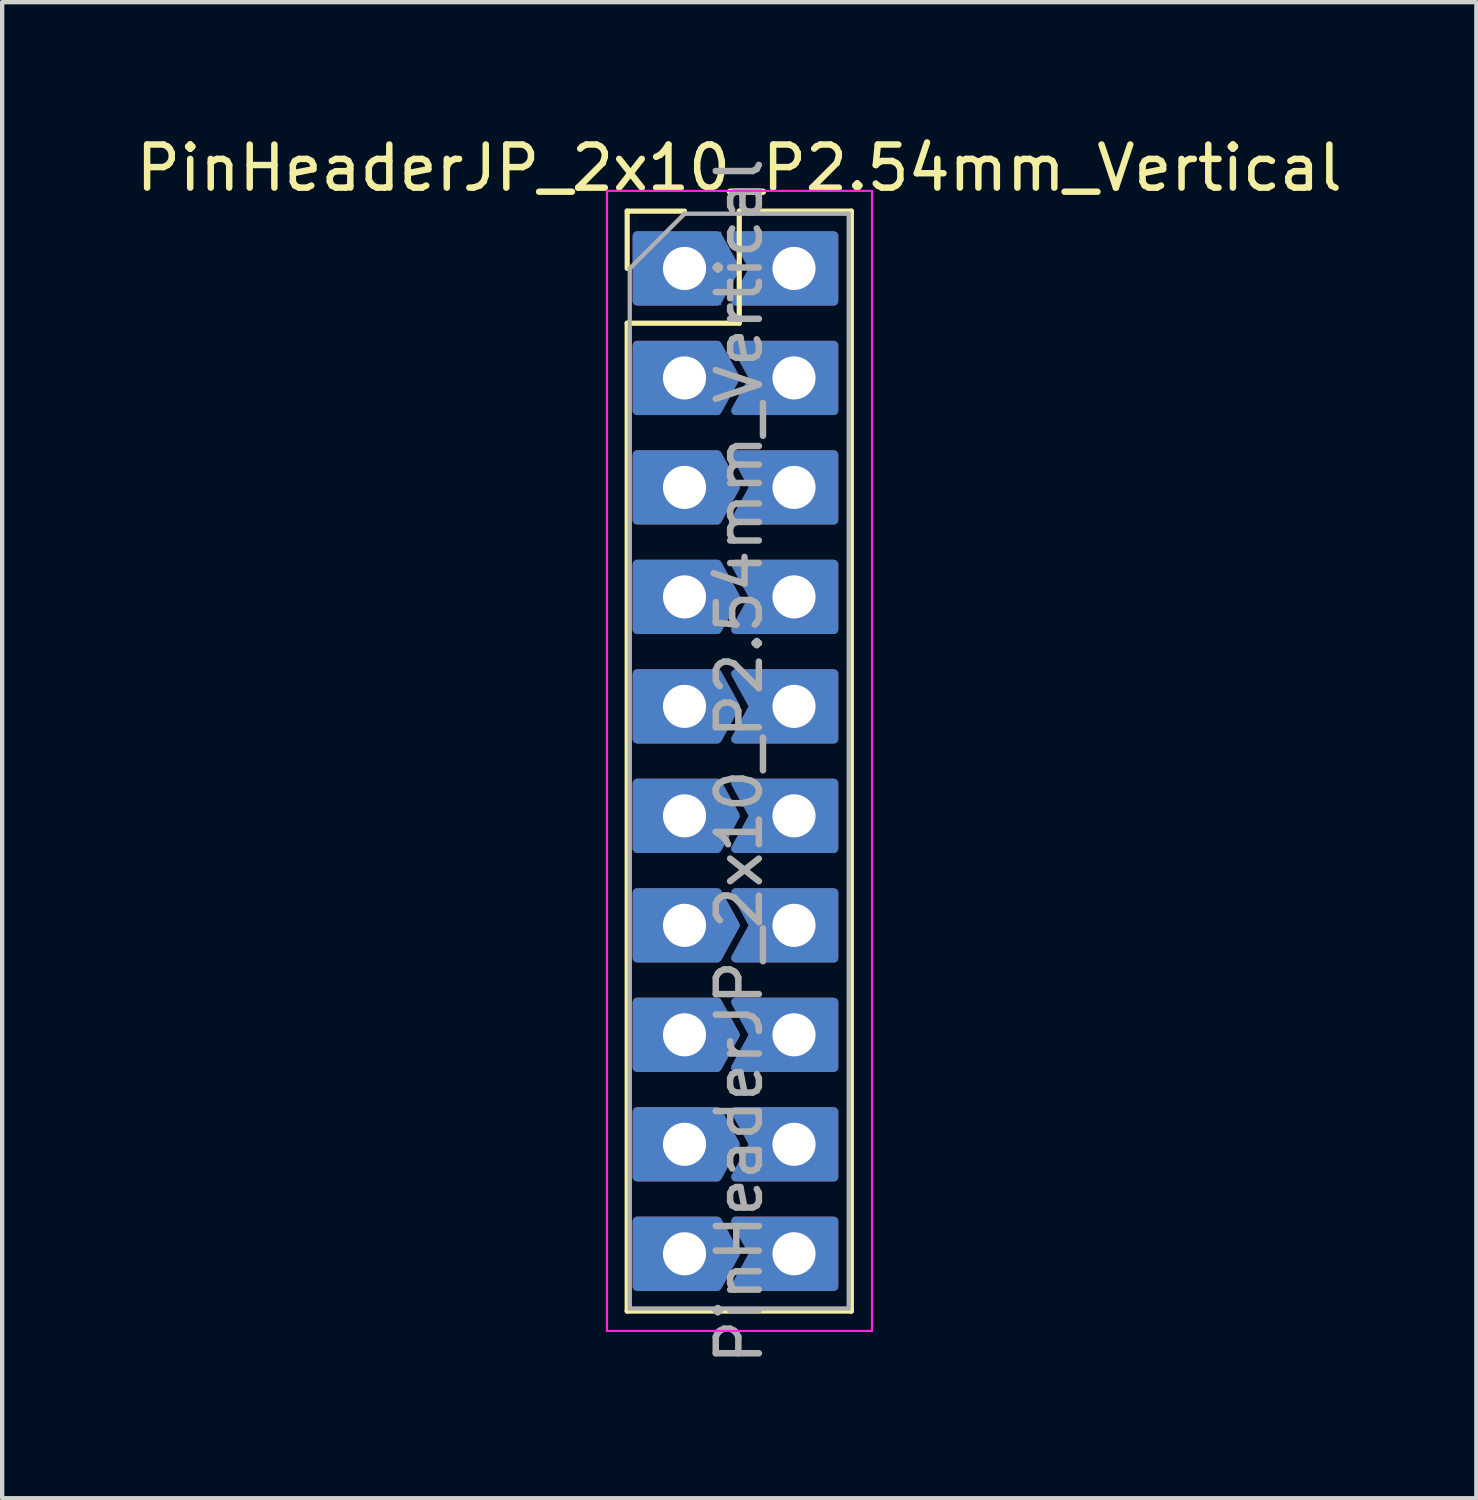
<source format=kicad_pcb>
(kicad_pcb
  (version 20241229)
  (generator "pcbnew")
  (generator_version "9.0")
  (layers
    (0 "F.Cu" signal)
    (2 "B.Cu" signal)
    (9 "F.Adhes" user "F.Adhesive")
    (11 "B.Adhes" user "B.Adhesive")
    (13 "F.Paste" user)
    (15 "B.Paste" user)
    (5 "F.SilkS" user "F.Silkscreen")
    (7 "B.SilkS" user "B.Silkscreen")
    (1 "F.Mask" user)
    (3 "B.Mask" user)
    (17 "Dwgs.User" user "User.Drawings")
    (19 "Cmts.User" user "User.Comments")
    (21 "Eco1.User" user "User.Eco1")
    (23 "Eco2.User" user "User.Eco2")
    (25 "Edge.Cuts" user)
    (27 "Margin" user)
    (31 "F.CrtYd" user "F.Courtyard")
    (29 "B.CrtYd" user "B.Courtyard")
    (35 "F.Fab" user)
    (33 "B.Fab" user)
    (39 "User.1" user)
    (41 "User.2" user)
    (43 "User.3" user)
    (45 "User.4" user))
  (footprint "PinHeaderJP_2x10_P2.54mm_Vertical"
    (layer "F.Cu")
    (at 12.831 3.178)
    (property "Reference" "PinHeaderJP_2x10_P2.54mm_Vertical" (at 1.27 -2.33 0) (layer "F.SilkS") (effects (font (size 1 1) (thickness 0.15))))
    (attr through_hole)
    (fp_line (start -1.33 -1.33) (end 0 -1.33) (stroke (width 0.12) (type solid)) (layer "F.SilkS"))
    (fp_line (start -1.33 0) (end -1.33 -1.33) (stroke (width 0.12) (type solid)) (layer "F.SilkS"))
    (fp_line (start -1.33 1.27) (end -1.33 24.19) (stroke (width 0.12) (type solid)) (layer "F.SilkS"))
    (fp_line (start -1.33 1.27) (end 1.27 1.27) (stroke (width 0.12) (type solid)) (layer "F.SilkS"))
    (fp_line (start -1.33 24.19) (end 3.87 24.19) (stroke (width 0.12) (type solid)) (layer "F.SilkS"))
    (fp_line (start 1.27 -1.33) (end 3.87 -1.33) (stroke (width 0.12) (type solid)) (layer "F.SilkS"))
    (fp_line (start 1.27 1.27) (end 1.27 -1.33) (stroke (width 0.12) (type solid)) (layer "F.SilkS"))
    (fp_line (start 3.87 -1.33) (end 3.87 24.19) (stroke (width 0.12) (type solid)) (layer "F.SilkS"))
    (fp_line (start -1.8 -1.8) (end -1.8 24.65) (stroke (width 0.05) (type solid)) (layer "F.CrtYd"))
    (fp_line (start -1.8 24.65) (end 4.35 24.65) (stroke (width 0.05) (type solid)) (layer "F.CrtYd"))
    (fp_line (start 4.35 -1.8) (end -1.8 -1.8) (stroke (width 0.05) (type solid)) (layer "F.CrtYd"))
    (fp_line (start 4.35 24.65) (end 4.35 -1.8) (stroke (width 0.05) (type solid)) (layer "F.CrtYd"))
    (fp_line (start -1.27 0) (end 0 -1.27) (stroke (width 0.1) (type solid)) (layer "F.Fab"))
    (fp_line (start -1.27 24.13) (end -1.27 0) (stroke (width 0.1) (type solid)) (layer "F.Fab"))
    (fp_line (start 0 -1.27) (end 3.81 -1.27) (stroke (width 0.1) (type solid)) (layer "F.Fab"))
    (fp_line (start 3.81 -1.27) (end 3.81 24.13) (stroke (width 0.1) (type solid)) (layer "F.Fab"))
    (fp_line (start 3.81 24.13) (end -1.27 24.13) (stroke (width 0.1) (type solid)) (layer "F.Fab"))
    (fp_text user "${REFERENCE}" (at 1.27 11.43 90) (layer "F.Fab") (effects (font (size 1 1) (thickness 0.15))))
    (pad "1" thru_hole custom (at 0 0) (size 1.7 1.7) (drill 1) (layers "*.Cu" "*.Mask") (options (anchor rect)) (primitives (gr_poly (pts (xy -1.104 -0.762) (xy -1.104 0.762) (xy 0.762 0.762) (xy 1.182 0) (xy 0.762 -0.762)) (width 0.2) (fill yes))))
    (pad "2" thru_hole custom (at 2.54 0) (size 1.7 1.7) (drill 1) (layers "*.Cu" "*.Mask") (options (anchor circle)) (primitives (gr_poly (pts (xy 0.85 0) (xy 0.831 -0.177) (xy 0.777 -0.346) (xy 0.688 -0.5) (xy 0.569 -0.632) (xy 0.425 -0.736) (xy 0.263 -0.808) (xy 0.089 -0.845) (xy -0.089 -0.845) (xy -0.263 -0.808) (xy -0.425 -0.736) (xy -0.569 -0.632) (xy -0.688 -0.5) (xy -0.777 -0.346) (xy -0.831 -0.177) (xy -0.85 0) (xy -0.831 0.177) (xy -0.777 0.346) (xy -0.688 0.5) (xy -0.569 0.632) (xy -0.425 0.736) (xy -0.263 0.808) (xy -0.089 0.845) (xy 0.089 0.845) (xy 0.263 0.808) (xy 0.425 0.736) (xy 0.569 0.632) (xy 0.688 0.5) (xy 0.777 0.346) (xy 0.831 0.177) (xy 0.85 0)) (width 0) (fill yes)) (gr_poly (pts (xy -1.358 -0.762) (xy -0.938 0) (xy -1.358 0.762) (xy 0.928 0.762) (xy 0.928 -0.762)) (width 0.2) (fill yes))))
    (pad "3" thru_hole custom (at 0 2.54) (size 1.7 1.7) (drill 1) (layers "*.Cu" "*.Mask") (options (anchor circle)) (primitives (gr_poly (pts (xy 0.85 0) (xy 0.831 -0.177) (xy 0.777 -0.346) (xy 0.688 -0.5) (xy 0.569 -0.632) (xy 0.425 -0.736) (xy 0.263 -0.808) (xy 0.089 -0.845) (xy -0.089 -0.845) (xy -0.263 -0.808) (xy -0.425 -0.736) (xy -0.569 -0.632) (xy -0.688 -0.5) (xy -0.777 -0.346) (xy -0.831 -0.177) (xy -0.85 0) (xy -0.831 0.177) (xy -0.777 0.346) (xy -0.688 0.5) (xy -0.569 0.632) (xy -0.425 0.736) (xy -0.263 0.808) (xy -0.089 0.845) (xy 0.089 0.845) (xy 0.263 0.808) (xy 0.425 0.736) (xy 0.569 0.632) (xy 0.688 0.5) (xy 0.777 0.346) (xy 0.831 0.177) (xy 0.85 0)) (width 0) (fill yes)) (gr_poly (pts (xy -1.104 -0.762) (xy -1.104 0.762) (xy 0.762 0.762) (xy 1.182 0) (xy 0.762 -0.762)) (width 0.2) (fill yes))))
    (pad "4" thru_hole custom (at 2.54 2.54) (size 1.7 1.7) (drill 1) (layers "*.Cu" "*.Mask") (options (anchor circle)) (primitives (gr_poly (pts (xy 0.85 0) (xy 0.831 -0.177) (xy 0.777 -0.346) (xy 0.688 -0.5) (xy 0.569 -0.632) (xy 0.425 -0.736) (xy 0.263 -0.808) (xy 0.089 -0.845) (xy -0.089 -0.845) (xy -0.263 -0.808) (xy -0.425 -0.736) (xy -0.569 -0.632) (xy -0.688 -0.5) (xy -0.777 -0.346) (xy -0.831 -0.177) (xy -0.85 0) (xy -0.831 0.177) (xy -0.777 0.346) (xy -0.688 0.5) (xy -0.569 0.632) (xy -0.425 0.736) (xy -0.263 0.808) (xy -0.089 0.845) (xy 0.089 0.845) (xy 0.263 0.808) (xy 0.425 0.736) (xy 0.569 0.632) (xy 0.688 0.5) (xy 0.777 0.346) (xy 0.831 0.177) (xy 0.85 0)) (width 0) (fill yes)) (gr_poly (pts (xy -1.358 -0.762) (xy -0.938 0) (xy -1.358 0.762) (xy 0.928 0.762) (xy 0.928 -0.762)) (width 0.2) (fill yes))))
    (pad "5" thru_hole custom (at 0 5.08) (size 1.7 1.7) (drill 1) (layers "*.Cu" "*.Mask") (options (anchor circle)) (primitives (gr_poly (pts (xy 0.85 0) (xy 0.831 -0.177) (xy 0.777 -0.346) (xy 0.688 -0.5) (xy 0.569 -0.632) (xy 0.425 -0.736) (xy 0.263 -0.808) (xy 0.089 -0.845) (xy -0.089 -0.845) (xy -0.263 -0.808) (xy -0.425 -0.736) (xy -0.569 -0.632) (xy -0.688 -0.5) (xy -0.777 -0.346) (xy -0.831 -0.177) (xy -0.85 0) (xy -0.831 0.177) (xy -0.777 0.346) (xy -0.688 0.5) (xy -0.569 0.632) (xy -0.425 0.736) (xy -0.263 0.808) (xy -0.089 0.845) (xy 0.089 0.845) (xy 0.263 0.808) (xy 0.425 0.736) (xy 0.569 0.632) (xy 0.688 0.5) (xy 0.777 0.346) (xy 0.831 0.177) (xy 0.85 0)) (width 0) (fill yes)) (gr_poly (pts (xy -1.104 -0.762) (xy -1.104 0.762) (xy 0.762 0.762) (xy 1.182 0) (xy 0.762 -0.762)) (width 0.2) (fill yes))))
    (pad "6" thru_hole custom (at 2.54 5.08) (size 1.7 1.7) (drill 1) (layers "*.Cu" "*.Mask") (options (anchor circle)) (primitives (gr_poly (pts (xy 0.85 0) (xy 0.831 -0.177) (xy 0.777 -0.346) (xy 0.688 -0.5) (xy 0.569 -0.632) (xy 0.425 -0.736) (xy 0.263 -0.808) (xy 0.089 -0.845) (xy -0.089 -0.845) (xy -0.263 -0.808) (xy -0.425 -0.736) (xy -0.569 -0.632) (xy -0.688 -0.5) (xy -0.777 -0.346) (xy -0.831 -0.177) (xy -0.85 0) (xy -0.831 0.177) (xy -0.777 0.346) (xy -0.688 0.5) (xy -0.569 0.632) (xy -0.425 0.736) (xy -0.263 0.808) (xy -0.089 0.845) (xy 0.089 0.845) (xy 0.263 0.808) (xy 0.425 0.736) (xy 0.569 0.632) (xy 0.688 0.5) (xy 0.777 0.346) (xy 0.831 0.177) (xy 0.85 0)) (width 0) (fill yes)) (gr_poly (pts (xy -1.358 -0.762) (xy -0.938 0) (xy -1.358 0.762) (xy 0.928 0.762) (xy 0.928 -0.762)) (width 0.2) (fill yes))))
    (pad "7" thru_hole custom (at 0 7.62) (size 1.7 1.7) (drill 1) (layers "*.Cu" "*.Mask") (options (anchor circle)) (primitives (gr_poly (pts (xy 0.85 0) (xy 0.831 -0.177) (xy 0.777 -0.346) (xy 0.688 -0.5) (xy 0.569 -0.632) (xy 0.425 -0.736) (xy 0.263 -0.808) (xy 0.089 -0.845) (xy -0.089 -0.845) (xy -0.263 -0.808) (xy -0.425 -0.736) (xy -0.569 -0.632) (xy -0.688 -0.5) (xy -0.777 -0.346) (xy -0.831 -0.177) (xy -0.85 0) (xy -0.831 0.177) (xy -0.777 0.346) (xy -0.688 0.5) (xy -0.569 0.632) (xy -0.425 0.736) (xy -0.263 0.808) (xy -0.089 0.845) (xy 0.089 0.845) (xy 0.263 0.808) (xy 0.425 0.736) (xy 0.569 0.632) (xy 0.688 0.5) (xy 0.777 0.346) (xy 0.831 0.177) (xy 0.85 0)) (width 0) (fill yes)) (gr_poly (pts (xy -1.104 -0.762) (xy -1.104 0.762) (xy 0.762 0.762) (xy 1.182 0) (xy 0.762 -0.762)) (width 0.2) (fill yes))))
    (pad "8" thru_hole custom (at 2.54 7.62) (size 1.7 1.7) (drill 1) (layers "*.Cu" "*.Mask") (options (anchor circle)) (primitives (gr_poly (pts (xy 0.85 0) (xy 0.831 -0.177) (xy 0.777 -0.346) (xy 0.688 -0.5) (xy 0.569 -0.632) (xy 0.425 -0.736) (xy 0.263 -0.808) (xy 0.089 -0.845) (xy -0.089 -0.845) (xy -0.263 -0.808) (xy -0.425 -0.736) (xy -0.569 -0.632) (xy -0.688 -0.5) (xy -0.777 -0.346) (xy -0.831 -0.177) (xy -0.85 0) (xy -0.831 0.177) (xy -0.777 0.346) (xy -0.688 0.5) (xy -0.569 0.632) (xy -0.425 0.736) (xy -0.263 0.808) (xy -0.089 0.845) (xy 0.089 0.845) (xy 0.263 0.808) (xy 0.425 0.736) (xy 0.569 0.632) (xy 0.688 0.5) (xy 0.777 0.346) (xy 0.831 0.177) (xy 0.85 0)) (width 0) (fill yes)) (gr_poly (pts (xy -1.358 -0.762) (xy -0.938 0) (xy -1.358 0.762) (xy 0.928 0.762) (xy 0.928 -0.762)) (width 0.2) (fill yes))))
    (pad "9" thru_hole custom (at 0 10.16) (size 1.7 1.7) (drill 1) (layers "*.Cu" "*.Mask") (options (anchor circle)) (primitives (gr_poly (pts (xy 0.85 0) (xy 0.831 -0.177) (xy 0.777 -0.346) (xy 0.688 -0.5) (xy 0.569 -0.632) (xy 0.425 -0.736) (xy 0.263 -0.808) (xy 0.089 -0.845) (xy -0.089 -0.845) (xy -0.263 -0.808) (xy -0.425 -0.736) (xy -0.569 -0.632) (xy -0.688 -0.5) (xy -0.777 -0.346) (xy -0.831 -0.177) (xy -0.85 0) (xy -0.831 0.177) (xy -0.777 0.346) (xy -0.688 0.5) (xy -0.569 0.632) (xy -0.425 0.736) (xy -0.263 0.808) (xy -0.089 0.845) (xy 0.089 0.845) (xy 0.263 0.808) (xy 0.425 0.736) (xy 0.569 0.632) (xy 0.688 0.5) (xy 0.777 0.346) (xy 0.831 0.177) (xy 0.85 0)) (width 0) (fill yes)) (gr_poly (pts (xy -1.104 -0.762) (xy -1.104 0.762) (xy 0.762 0.762) (xy 1.182 0) (xy 0.762 -0.762)) (width 0.2) (fill yes))))
    (pad "10" thru_hole custom (at 2.54 10.16) (size 1.7 1.7) (drill 1) (layers "*.Cu" "*.Mask") (options (anchor circle)) (primitives (gr_poly (pts (xy 0.85 0) (xy 0.831 -0.177) (xy 0.777 -0.346) (xy 0.688 -0.5) (xy 0.569 -0.632) (xy 0.425 -0.736) (xy 0.263 -0.808) (xy 0.089 -0.845) (xy -0.089 -0.845) (xy -0.263 -0.808) (xy -0.425 -0.736) (xy -0.569 -0.632) (xy -0.688 -0.5) (xy -0.777 -0.346) (xy -0.831 -0.177) (xy -0.85 0) (xy -0.831 0.177) (xy -0.777 0.346) (xy -0.688 0.5) (xy -0.569 0.632) (xy -0.425 0.736) (xy -0.263 0.808) (xy -0.089 0.845) (xy 0.089 0.845) (xy 0.263 0.808) (xy 0.425 0.736) (xy 0.569 0.632) (xy 0.688 0.5) (xy 0.777 0.346) (xy 0.831 0.177) (xy 0.85 0)) (width 0) (fill yes)) (gr_poly (pts (xy -1.358 -0.762) (xy -0.938 0) (xy -1.358 0.762) (xy 0.928 0.762) (xy 0.928 -0.762)) (width 0.2) (fill yes))))
    (pad "11" thru_hole custom (at 0 12.7) (size 1.7 1.7) (drill 1) (layers "*.Cu" "*.Mask") (options (anchor circle)) (primitives (gr_poly (pts (xy 0.85 0) (xy 0.831 -0.177) (xy 0.777 -0.346) (xy 0.688 -0.5) (xy 0.569 -0.632) (xy 0.425 -0.736) (xy 0.263 -0.808) (xy 0.089 -0.845) (xy -0.089 -0.845) (xy -0.263 -0.808) (xy -0.425 -0.736) (xy -0.569 -0.632) (xy -0.688 -0.5) (xy -0.777 -0.346) (xy -0.831 -0.177) (xy -0.85 0) (xy -0.831 0.177) (xy -0.777 0.346) (xy -0.688 0.5) (xy -0.569 0.632) (xy -0.425 0.736) (xy -0.263 0.808) (xy -0.089 0.845) (xy 0.089 0.845) (xy 0.263 0.808) (xy 0.425 0.736) (xy 0.569 0.632) (xy 0.688 0.5) (xy 0.777 0.346) (xy 0.831 0.177) (xy 0.85 0)) (width 0) (fill yes)) (gr_poly (pts (xy -1.104 -0.762) (xy -1.104 0.762) (xy 0.762 0.762) (xy 1.182 0) (xy 0.762 -0.762)) (width 0.2) (fill yes))))
    (pad "12" thru_hole custom (at 2.54 12.7) (size 1.7 1.7) (drill 1) (layers "*.Cu" "*.Mask") (options (anchor circle)) (primitives (gr_poly (pts (xy 0.85 0) (xy 0.831 -0.177) (xy 0.777 -0.346) (xy 0.688 -0.5) (xy 0.569 -0.632) (xy 0.425 -0.736) (xy 0.263 -0.808) (xy 0.089 -0.845) (xy -0.089 -0.845) (xy -0.263 -0.808) (xy -0.425 -0.736) (xy -0.569 -0.632) (xy -0.688 -0.5) (xy -0.777 -0.346) (xy -0.831 -0.177) (xy -0.85 0) (xy -0.831 0.177) (xy -0.777 0.346) (xy -0.688 0.5) (xy -0.569 0.632) (xy -0.425 0.736) (xy -0.263 0.808) (xy -0.089 0.845) (xy 0.089 0.845) (xy 0.263 0.808) (xy 0.425 0.736) (xy 0.569 0.632) (xy 0.688 0.5) (xy 0.777 0.346) (xy 0.831 0.177) (xy 0.85 0)) (width 0) (fill yes)) (gr_poly (pts (xy -1.358 -0.762) (xy -0.938 0) (xy -1.358 0.762) (xy 0.928 0.762) (xy 0.928 -0.762)) (width 0.2) (fill yes))))
    (pad "13" thru_hole custom (at 0 15.24) (size 1.7 1.7) (drill 1) (layers "*.Cu" "*.Mask") (options (anchor circle)) (primitives (gr_poly (pts (xy 0.85 0) (xy 0.831 -0.177) (xy 0.777 -0.346) (xy 0.688 -0.5) (xy 0.569 -0.632) (xy 0.425 -0.736) (xy 0.263 -0.808) (xy 0.089 -0.845) (xy -0.089 -0.845) (xy -0.263 -0.808) (xy -0.425 -0.736) (xy -0.569 -0.632) (xy -0.688 -0.5) (xy -0.777 -0.346) (xy -0.831 -0.177) (xy -0.85 0) (xy -0.831 0.177) (xy -0.777 0.346) (xy -0.688 0.5) (xy -0.569 0.632) (xy -0.425 0.736) (xy -0.263 0.808) (xy -0.089 0.845) (xy 0.089 0.845) (xy 0.263 0.808) (xy 0.425 0.736) (xy 0.569 0.632) (xy 0.688 0.5) (xy 0.777 0.346) (xy 0.831 0.177) (xy 0.85 0)) (width 0) (fill yes)) (gr_poly (pts (xy -1.104 -0.762) (xy -1.104 0.762) (xy 0.762 0.762) (xy 1.182 0) (xy 0.762 -0.762)) (width 0.2) (fill yes))))
    (pad "14" thru_hole custom (at 2.54 15.24) (size 1.7 1.7) (drill 1) (layers "*.Cu" "*.Mask") (options (anchor circle)) (primitives (gr_poly (pts (xy 0.85 0) (xy 0.831 -0.177) (xy 0.777 -0.346) (xy 0.688 -0.5) (xy 0.569 -0.632) (xy 0.425 -0.736) (xy 0.263 -0.808) (xy 0.089 -0.845) (xy -0.089 -0.845) (xy -0.263 -0.808) (xy -0.425 -0.736) (xy -0.569 -0.632) (xy -0.688 -0.5) (xy -0.777 -0.346) (xy -0.831 -0.177) (xy -0.85 0) (xy -0.831 0.177) (xy -0.777 0.346) (xy -0.688 0.5) (xy -0.569 0.632) (xy -0.425 0.736) (xy -0.263 0.808) (xy -0.089 0.845) (xy 0.089 0.845) (xy 0.263 0.808) (xy 0.425 0.736) (xy 0.569 0.632) (xy 0.688 0.5) (xy 0.777 0.346) (xy 0.831 0.177) (xy 0.85 0)) (width 0) (fill yes)) (gr_poly (pts (xy -1.358 -0.762) (xy -0.938 0) (xy -1.358 0.762) (xy 0.928 0.762) (xy 0.928 -0.762)) (width 0.2) (fill yes))))
    (pad "15" thru_hole custom (at 0 17.78) (size 1.7 1.7) (drill 1) (layers "*.Cu" "*.Mask") (options (anchor circle)) (primitives (gr_poly (pts (xy 0.85 0) (xy 0.831 -0.177) (xy 0.777 -0.346) (xy 0.688 -0.5) (xy 0.569 -0.632) (xy 0.425 -0.736) (xy 0.263 -0.808) (xy 0.089 -0.845) (xy -0.089 -0.845) (xy -0.263 -0.808) (xy -0.425 -0.736) (xy -0.569 -0.632) (xy -0.688 -0.5) (xy -0.777 -0.346) (xy -0.831 -0.177) (xy -0.85 0) (xy -0.831 0.177) (xy -0.777 0.346) (xy -0.688 0.5) (xy -0.569 0.632) (xy -0.425 0.736) (xy -0.263 0.808) (xy -0.089 0.845) (xy 0.089 0.845) (xy 0.263 0.808) (xy 0.425 0.736) (xy 0.569 0.632) (xy 0.688 0.5) (xy 0.777 0.346) (xy 0.831 0.177) (xy 0.85 0)) (width 0) (fill yes)) (gr_poly (pts (xy -1.104 -0.762) (xy -1.104 0.762) (xy 0.762 0.762) (xy 1.182 0) (xy 0.762 -0.762)) (width 0.2) (fill yes))))
    (pad "16" thru_hole custom (at 2.54 17.78) (size 1.7 1.7) (drill 1) (layers "*.Cu" "*.Mask") (options (anchor circle)) (primitives (gr_poly (pts (xy 0.85 0) (xy 0.831 -0.177) (xy 0.777 -0.346) (xy 0.688 -0.5) (xy 0.569 -0.632) (xy 0.425 -0.736) (xy 0.263 -0.808) (xy 0.089 -0.845) (xy -0.089 -0.845) (xy -0.263 -0.808) (xy -0.425 -0.736) (xy -0.569 -0.632) (xy -0.688 -0.5) (xy -0.777 -0.346) (xy -0.831 -0.177) (xy -0.85 0) (xy -0.831 0.177) (xy -0.777 0.346) (xy -0.688 0.5) (xy -0.569 0.632) (xy -0.425 0.736) (xy -0.263 0.808) (xy -0.089 0.845) (xy 0.089 0.845) (xy 0.263 0.808) (xy 0.425 0.736) (xy 0.569 0.632) (xy 0.688 0.5) (xy 0.777 0.346) (xy 0.831 0.177) (xy 0.85 0)) (width 0) (fill yes)) (gr_poly (pts (xy -1.358 -0.762) (xy -0.938 0) (xy -1.358 0.762) (xy 0.928 0.762) (xy 0.928 -0.762)) (width 0.2) (fill yes))))
    (pad "17" thru_hole custom (at 0 20.32) (size 1.7 1.7) (drill 1) (layers "*.Cu" "*.Mask") (options (anchor circle)) (primitives (gr_poly (pts (xy 0.85 0) (xy 0.831 -0.177) (xy 0.777 -0.346) (xy 0.688 -0.5) (xy 0.569 -0.632) (xy 0.425 -0.736) (xy 0.263 -0.808) (xy 0.089 -0.845) (xy -0.089 -0.845) (xy -0.263 -0.808) (xy -0.425 -0.736) (xy -0.569 -0.632) (xy -0.688 -0.5) (xy -0.777 -0.346) (xy -0.831 -0.177) (xy -0.85 0) (xy -0.831 0.177) (xy -0.777 0.346) (xy -0.688 0.5) (xy -0.569 0.632) (xy -0.425 0.736) (xy -0.263 0.808) (xy -0.089 0.845) (xy 0.089 0.845) (xy 0.263 0.808) (xy 0.425 0.736) (xy 0.569 0.632) (xy 0.688 0.5) (xy 0.777 0.346) (xy 0.831 0.177) (xy 0.85 0)) (width 0) (fill yes)) (gr_poly (pts (xy -1.104 -0.762) (xy -1.104 0.762) (xy 0.762 0.762) (xy 1.182 0) (xy 0.762 -0.762)) (width 0.2) (fill yes))))
    (pad "18" thru_hole custom (at 2.54 20.32) (size 1.7 1.7) (drill 1) (layers "*.Cu" "*.Mask") (options (anchor circle)) (primitives (gr_poly (pts (xy 0.85 0) (xy 0.831 -0.177) (xy 0.777 -0.346) (xy 0.688 -0.5) (xy 0.569 -0.632) (xy 0.425 -0.736) (xy 0.263 -0.808) (xy 0.089 -0.845) (xy -0.089 -0.845) (xy -0.263 -0.808) (xy -0.425 -0.736) (xy -0.569 -0.632) (xy -0.688 -0.5) (xy -0.777 -0.346) (xy -0.831 -0.177) (xy -0.85 0) (xy -0.831 0.177) (xy -0.777 0.346) (xy -0.688 0.5) (xy -0.569 0.632) (xy -0.425 0.736) (xy -0.263 0.808) (xy -0.089 0.845) (xy 0.089 0.845) (xy 0.263 0.808) (xy 0.425 0.736) (xy 0.569 0.632) (xy 0.688 0.5) (xy 0.777 0.346) (xy 0.831 0.177) (xy 0.85 0)) (width 0) (fill yes)) (gr_poly (pts (xy -1.358 -0.762) (xy -0.938 0) (xy -1.358 0.762) (xy 0.928 0.762) (xy 0.928 -0.762)) (width 0.2) (fill yes))))
    (pad "19" thru_hole custom (at 0 22.86) (size 1.7 1.7) (drill 1) (layers "*.Cu" "*.Mask") (options (anchor circle)) (primitives (gr_poly (pts (xy 0.85 0) (xy 0.831 -0.177) (xy 0.777 -0.346) (xy 0.688 -0.5) (xy 0.569 -0.632) (xy 0.425 -0.736) (xy 0.263 -0.808) (xy 0.089 -0.845) (xy -0.089 -0.845) (xy -0.263 -0.808) (xy -0.425 -0.736) (xy -0.569 -0.632) (xy -0.688 -0.5) (xy -0.777 -0.346) (xy -0.831 -0.177) (xy -0.85 0) (xy -0.831 0.177) (xy -0.777 0.346) (xy -0.688 0.5) (xy -0.569 0.632) (xy -0.425 0.736) (xy -0.263 0.808) (xy -0.089 0.845) (xy 0.089 0.845) (xy 0.263 0.808) (xy 0.425 0.736) (xy 0.569 0.632) (xy 0.688 0.5) (xy 0.777 0.346) (xy 0.831 0.177) (xy 0.85 0)) (width 0) (fill yes)) (gr_poly (pts (xy -1.104 -0.762) (xy -1.104 0.762) (xy 0.762 0.762) (xy 1.182 0) (xy 0.762 -0.762)) (width 0.2) (fill yes))))
    (pad "20" thru_hole custom (at 2.54 22.86) (size 1.7 1.7) (drill 1) (layers "*.Cu" "*.Mask") (options (anchor circle)) (primitives (gr_poly (pts (xy 0.85 0) (xy 0.831 -0.177) (xy 0.777 -0.346) (xy 0.688 -0.5) (xy 0.569 -0.632) (xy 0.425 -0.736) (xy 0.263 -0.808) (xy 0.089 -0.845) (xy -0.089 -0.845) (xy -0.263 -0.808) (xy -0.425 -0.736) (xy -0.569 -0.632) (xy -0.688 -0.5) (xy -0.777 -0.346) (xy -0.831 -0.177) (xy -0.85 0) (xy -0.831 0.177) (xy -0.777 0.346) (xy -0.688 0.5) (xy -0.569 0.632) (xy -0.425 0.736) (xy -0.263 0.808) (xy -0.089 0.845) (xy 0.089 0.845) (xy 0.263 0.808) (xy 0.425 0.736) (xy 0.569 0.632) (xy 0.688 0.5) (xy 0.777 0.346) (xy 0.831 0.177) (xy 0.85 0)) (width 0) (fill yes)) (gr_poly (pts (xy -1.358 -0.762) (xy -0.938 0) (xy -1.358 0.762) (xy 0.928 0.762) (xy 0.928 -0.762)) (width 0.2) (fill yes)))))
  (gr_rect
    (start -3 -3)
    (end 31.202 31.709)
    (stroke (width 0.1) (type default))
    (fill no)
    (layer "Edge.Cuts")))
</source>
